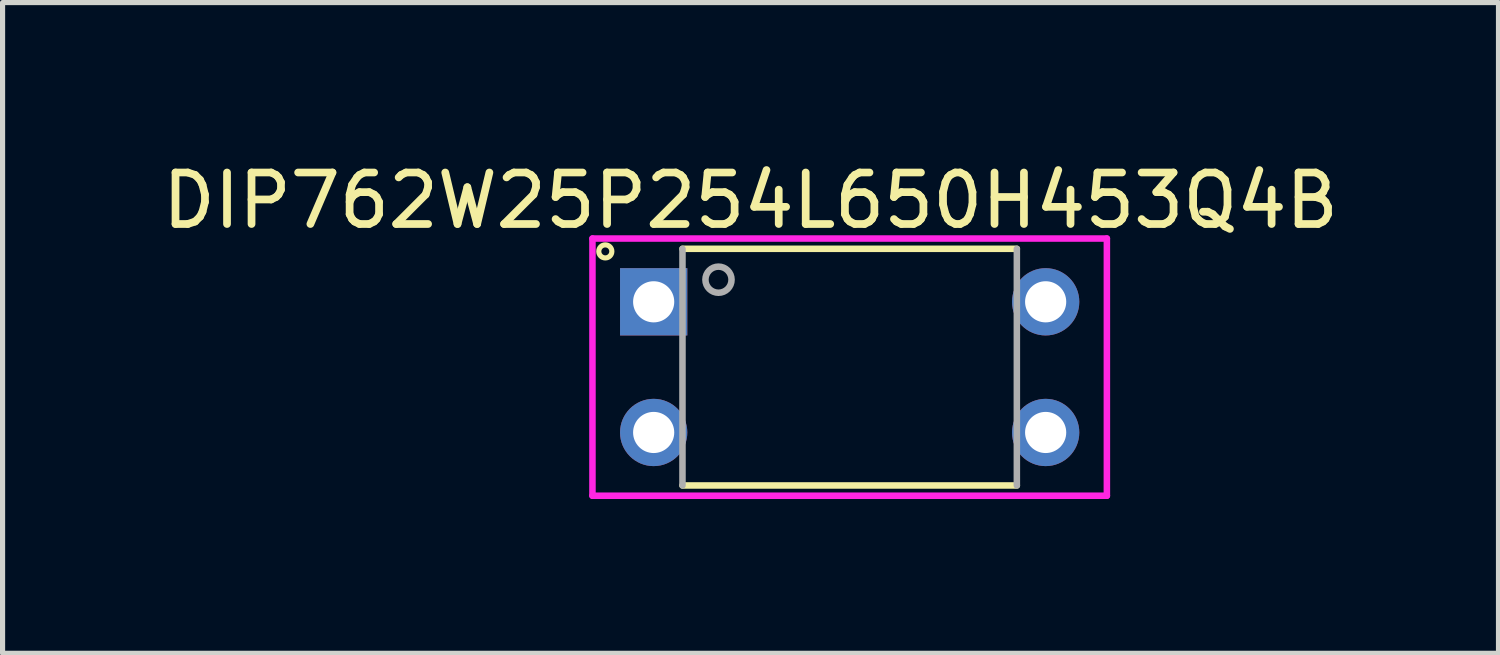
<source format=kicad_pcb>
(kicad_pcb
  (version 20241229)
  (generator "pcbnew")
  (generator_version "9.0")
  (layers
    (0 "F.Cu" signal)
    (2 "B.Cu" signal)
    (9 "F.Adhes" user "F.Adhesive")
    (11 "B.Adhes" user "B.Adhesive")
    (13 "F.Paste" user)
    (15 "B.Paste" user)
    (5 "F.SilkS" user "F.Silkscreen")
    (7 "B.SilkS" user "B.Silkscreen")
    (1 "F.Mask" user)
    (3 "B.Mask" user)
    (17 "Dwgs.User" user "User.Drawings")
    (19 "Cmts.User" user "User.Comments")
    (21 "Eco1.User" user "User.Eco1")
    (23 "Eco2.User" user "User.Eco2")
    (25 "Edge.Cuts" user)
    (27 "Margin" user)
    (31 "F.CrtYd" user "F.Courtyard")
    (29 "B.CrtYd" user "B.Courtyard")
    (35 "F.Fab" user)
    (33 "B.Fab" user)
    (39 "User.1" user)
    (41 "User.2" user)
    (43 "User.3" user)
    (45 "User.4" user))
  (footprint "DIP762W25P254L650H453Q4B"
    (layer "F.Cu")
    (at 13.467 4.087)
    (property "Reference" "DIP762W25P254L650H453Q4B" (at -1.927 -3.238 0) (layer "F.SilkS") (effects (font (size 1.001 1.001) (thickness 0.15))))
    (attr through_hole)
    (fp_line (start -3.25 -2.3) (end 3.25 -2.3) (stroke (width 0.127) (type solid)) (layer "F.SilkS"))
    (fp_line (start 3.25 2.3) (end -3.25 2.3) (stroke (width 0.127) (type solid)) (layer "F.SilkS"))
    (fp_circle (center -4.75 -2.25) (end -4.623 -2.25) (stroke (width 0.1) (type solid)) (fill no) (layer "F.SilkS"))
    (fp_line (start -5 -2.5) (end 5 -2.5) (stroke (width 0.127) (type solid)) (layer "F.CrtYd"))
    (fp_line (start -5 2.5) (end -5 -2.5) (stroke (width 0.127) (type solid)) (layer "F.CrtYd"))
    (fp_line (start 5 -2.5) (end 5 2.5) (stroke (width 0.127) (type solid)) (layer "F.CrtYd"))
    (fp_line (start 5 2.5) (end -5 2.5) (stroke (width 0.127) (type solid)) (layer "F.CrtYd"))
    (fp_line (start -3.25 2.3) (end -3.25 -2.3) (stroke (width 0.127) (type solid)) (layer "F.Fab"))
    (fp_line (start 3.25 -2.3) (end 3.25 2.3) (stroke (width 0.127) (type solid)) (layer "F.Fab"))
    (fp_circle (center -2.55 -1.7) (end -2.296 -1.7) (stroke (width 0.127) (type solid)) (fill no) (layer "F.Fab"))
    (pad "1" thru_hole rect (at -3.81 -1.27) (size 1.308 1.308) (drill 0.8) (layers "*.Cu" "*.Mask"))
    (pad "2" thru_hole circle (at -3.81 1.27) (size 1.308 1.308) (drill 0.8) (layers "*.Cu" "*.Mask"))
    (pad "3" thru_hole circle (at 3.81 1.27) (size 1.308 1.308) (drill 0.8) (layers "*.Cu" "*.Mask"))
    (pad "4" thru_hole circle (at 3.81 -1.27) (size 1.308 1.308) (drill 0.8) (layers "*.Cu" "*.Mask")))
  (gr_rect
    (start -3 -3)
    (end 26.08 9.65)
    (stroke (width 0.1) (type default))
    (fill no)
    (layer "Edge.Cuts")))
</source>
